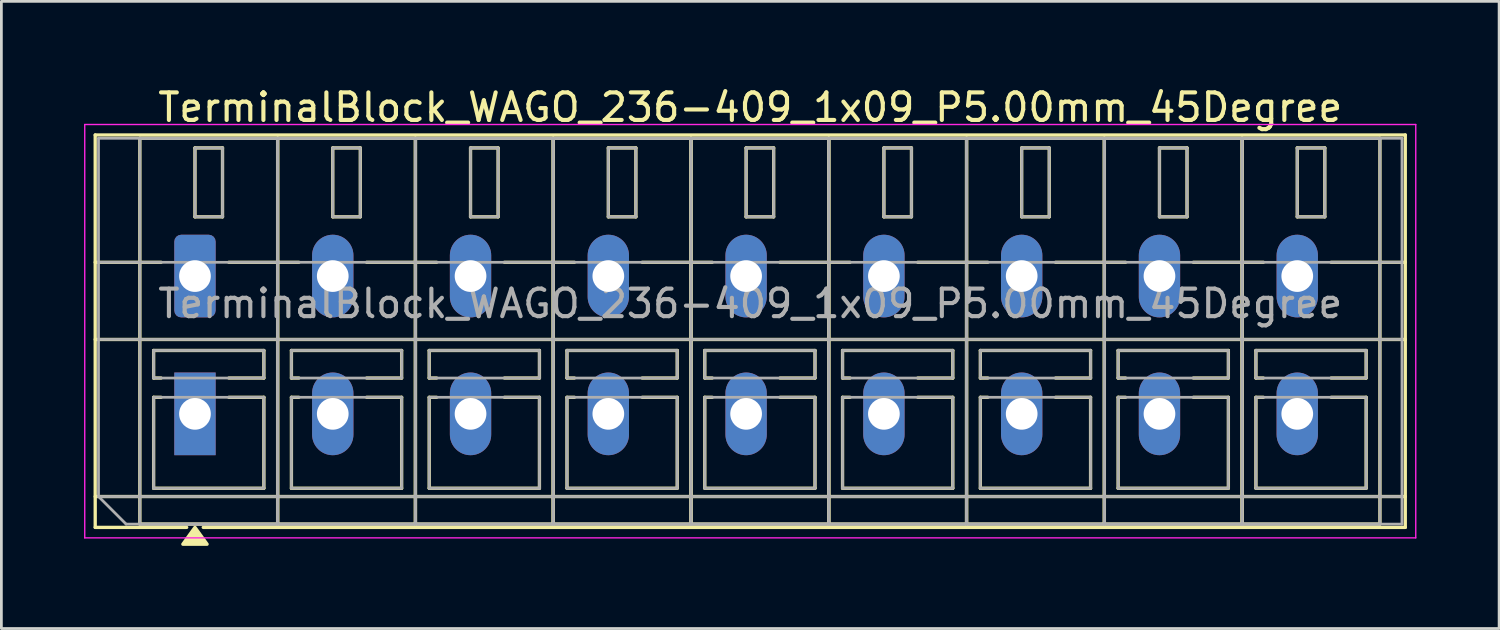
<source format=kicad_pcb>
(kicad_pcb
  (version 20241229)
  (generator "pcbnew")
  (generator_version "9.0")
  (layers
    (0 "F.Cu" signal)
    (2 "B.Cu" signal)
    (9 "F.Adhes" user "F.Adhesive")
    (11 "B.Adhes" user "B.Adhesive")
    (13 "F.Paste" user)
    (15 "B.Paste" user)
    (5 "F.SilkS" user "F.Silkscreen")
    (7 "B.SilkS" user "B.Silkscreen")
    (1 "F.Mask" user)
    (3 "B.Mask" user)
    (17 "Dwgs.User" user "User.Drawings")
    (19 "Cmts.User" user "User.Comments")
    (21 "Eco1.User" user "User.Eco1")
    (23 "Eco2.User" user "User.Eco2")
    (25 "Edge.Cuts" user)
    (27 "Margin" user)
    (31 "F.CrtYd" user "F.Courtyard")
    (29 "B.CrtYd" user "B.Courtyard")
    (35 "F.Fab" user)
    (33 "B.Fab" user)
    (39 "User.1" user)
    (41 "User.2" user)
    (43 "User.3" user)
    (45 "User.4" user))
  (footprint "TerminalBlock_WAGO_236-409_1x09_P5.00mm_45Degree"
    (layer "F.Cu")
    (at 4.025 6.968)
    (property "Reference" "TerminalBlock_WAGO_236-409_1x09_P5.00mm_45Degree" (at 20.15 -6.12 0) (layer "F.SilkS") (effects (font (size 1 1) (thickness 0.15))))
    (attr through_hole)
    (fp_line (start -3.62 -5.12) (end 43.92 -5.12) (stroke (width 0.12) (type solid)) (layer "F.SilkS"))
    (fp_line (start -3.62 -0.5) (end -1.23 -0.5) (stroke (width 0.12) (type solid)) (layer "F.SilkS"))
    (fp_line (start -3.62 2.3) (end 43.92 2.3) (stroke (width 0.12) (type solid)) (layer "F.SilkS"))
    (fp_line (start -3.62 8) (end 43.92 8) (stroke (width 0.12) (type solid)) (layer "F.SilkS"))
    (fp_line (start -3.62 9.12) (end -3.62 -5.12) (stroke (width 0.12) (type solid)) (layer "F.SilkS"))
    (fp_line (start -2 -5) (end 3 -5) (stroke (width 0.12) (type solid)) (layer "F.SilkS"))
    (fp_line (start -2 9) (end -2 -5) (stroke (width 0.12) (type solid)) (layer "F.SilkS"))
    (fp_line (start -1.5 2.7) (end 2.5 2.7) (stroke (width 0.12) (type solid)) (layer "F.SilkS"))
    (fp_line (start -1.5 3.7) (end -1.5 2.7) (stroke (width 0.12) (type solid)) (layer "F.SilkS"))
    (fp_line (start -1.5 4.4) (end -1.23 4.4) (stroke (width 0.12) (type solid)) (layer "F.SilkS"))
    (fp_line (start -1.5 7.7) (end -1.5 4.4) (stroke (width 0.12) (type solid)) (layer "F.SilkS"))
    (fp_line (start -1.23 3.7) (end -1.5 3.7) (stroke (width 0.12) (type solid)) (layer "F.SilkS"))
    (fp_line (start -0.3 9.12) (end -3.62 9.12) (stroke (width 0.12) (type solid)) (layer "F.SilkS"))
    (fp_line (start 0 -4.65) (end 1 -4.65) (stroke (width 0.12) (type solid)) (layer "F.SilkS"))
    (fp_line (start 0 -2.15) (end 0 -4.65) (stroke (width 0.12) (type solid)) (layer "F.SilkS"))
    (fp_line (start 1 -4.65) (end 1 -2.15) (stroke (width 0.12) (type solid)) (layer "F.SilkS"))
    (fp_line (start 1 -2.15) (end 0 -2.15) (stroke (width 0.12) (type solid)) (layer "F.SilkS"))
    (fp_line (start 1.23 -0.5) (end 3.77 -0.5) (stroke (width 0.12) (type solid)) (layer "F.SilkS"))
    (fp_line (start 1.23 4.4) (end 2.5 4.4) (stroke (width 0.12) (type solid)) (layer "F.SilkS"))
    (fp_line (start 2.5 2.7) (end 2.5 3.7) (stroke (width 0.12) (type solid)) (layer "F.SilkS"))
    (fp_line (start 2.5 3.7) (end 1.23 3.7) (stroke (width 0.12) (type solid)) (layer "F.SilkS"))
    (fp_line (start 2.5 4.4) (end 2.5 7.7) (stroke (width 0.12) (type solid)) (layer "F.SilkS"))
    (fp_line (start 2.5 7.7) (end -1.5 7.7) (stroke (width 0.12) (type solid)) (layer "F.SilkS"))
    (fp_line (start 3 -5) (end 3 9) (stroke (width 0.12) (type solid)) (layer "F.SilkS"))
    (fp_line (start 3 -5) (end 8 -5) (stroke (width 0.12) (type solid)) (layer "F.SilkS"))
    (fp_line (start 3 9) (end -2 9) (stroke (width 0.12) (type solid)) (layer "F.SilkS"))
    (fp_line (start 3 9) (end 3 -5) (stroke (width 0.12) (type solid)) (layer "F.SilkS"))
    (fp_line (start 3.5 2.7) (end 7.5 2.7) (stroke (width 0.12) (type solid)) (layer "F.SilkS"))
    (fp_line (start 3.5 3.7) (end 3.5 2.7) (stroke (width 0.12) (type solid)) (layer "F.SilkS"))
    (fp_line (start 3.5 4.4) (end 3.77 4.4) (stroke (width 0.12) (type solid)) (layer "F.SilkS"))
    (fp_line (start 3.5 7.7) (end 3.5 4.4) (stroke (width 0.12) (type solid)) (layer "F.SilkS"))
    (fp_line (start 3.77 3.7) (end 3.5 3.7) (stroke (width 0.12) (type solid)) (layer "F.SilkS"))
    (fp_line (start 5 -4.65) (end 6 -4.65) (stroke (width 0.12) (type solid)) (layer "F.SilkS"))
    (fp_line (start 5 -2.15) (end 5 -4.65) (stroke (width 0.12) (type solid)) (layer "F.SilkS"))
    (fp_line (start 6 -4.65) (end 6 -2.15) (stroke (width 0.12) (type solid)) (layer "F.SilkS"))
    (fp_line (start 6 -2.15) (end 5 -2.15) (stroke (width 0.12) (type solid)) (layer "F.SilkS"))
    (fp_line (start 6.23 -0.5) (end 8.77 -0.5) (stroke (width 0.12) (type solid)) (layer "F.SilkS"))
    (fp_line (start 6.23 4.4) (end 7.5 4.4) (stroke (width 0.12) (type solid)) (layer "F.SilkS"))
    (fp_line (start 7.5 2.7) (end 7.5 3.7) (stroke (width 0.12) (type solid)) (layer "F.SilkS"))
    (fp_line (start 7.5 3.7) (end 6.23 3.7) (stroke (width 0.12) (type solid)) (layer "F.SilkS"))
    (fp_line (start 7.5 4.4) (end 7.5 7.7) (stroke (width 0.12) (type solid)) (layer "F.SilkS"))
    (fp_line (start 7.5 7.7) (end 3.5 7.7) (stroke (width 0.12) (type solid)) (layer "F.SilkS"))
    (fp_line (start 8 -5) (end 8 9) (stroke (width 0.12) (type solid)) (layer "F.SilkS"))
    (fp_line (start 8 -5) (end 13 -5) (stroke (width 0.12) (type solid)) (layer "F.SilkS"))
    (fp_line (start 8 9) (end 3 9) (stroke (width 0.12) (type solid)) (layer "F.SilkS"))
    (fp_line (start 8 9) (end 8 -5) (stroke (width 0.12) (type solid)) (layer "F.SilkS"))
    (fp_line (start 8.5 2.7) (end 12.5 2.7) (stroke (width 0.12) (type solid)) (layer "F.SilkS"))
    (fp_line (start 8.5 3.7) (end 8.5 2.7) (stroke (width 0.12) (type solid)) (layer "F.SilkS"))
    (fp_line (start 8.5 4.4) (end 8.77 4.4) (stroke (width 0.12) (type solid)) (layer "F.SilkS"))
    (fp_line (start 8.5 7.7) (end 8.5 4.4) (stroke (width 0.12) (type solid)) (layer "F.SilkS"))
    (fp_line (start 8.77 3.7) (end 8.5 3.7) (stroke (width 0.12) (type solid)) (layer "F.SilkS"))
    (fp_line (start 10 -4.65) (end 11 -4.65) (stroke (width 0.12) (type solid)) (layer "F.SilkS"))
    (fp_line (start 10 -2.15) (end 10 -4.65) (stroke (width 0.12) (type solid)) (layer "F.SilkS"))
    (fp_line (start 11 -4.65) (end 11 -2.15) (stroke (width 0.12) (type solid)) (layer "F.SilkS"))
    (fp_line (start 11 -2.15) (end 10 -2.15) (stroke (width 0.12) (type solid)) (layer "F.SilkS"))
    (fp_line (start 11.23 -0.5) (end 13.77 -0.5) (stroke (width 0.12) (type solid)) (layer "F.SilkS"))
    (fp_line (start 11.23 4.4) (end 12.5 4.4) (stroke (width 0.12) (type solid)) (layer "F.SilkS"))
    (fp_line (start 12.5 2.7) (end 12.5 3.7) (stroke (width 0.12) (type solid)) (layer "F.SilkS"))
    (fp_line (start 12.5 3.7) (end 11.23 3.7) (stroke (width 0.12) (type solid)) (layer "F.SilkS"))
    (fp_line (start 12.5 4.4) (end 12.5 7.7) (stroke (width 0.12) (type solid)) (layer "F.SilkS"))
    (fp_line (start 12.5 7.7) (end 8.5 7.7) (stroke (width 0.12) (type solid)) (layer "F.SilkS"))
    (fp_line (start 13 -5) (end 13 9) (stroke (width 0.12) (type solid)) (layer "F.SilkS"))
    (fp_line (start 13 -5) (end 18 -5) (stroke (width 0.12) (type solid)) (layer "F.SilkS"))
    (fp_line (start 13 9) (end 8 9) (stroke (width 0.12) (type solid)) (layer "F.SilkS"))
    (fp_line (start 13 9) (end 13 -5) (stroke (width 0.12) (type solid)) (layer "F.SilkS"))
    (fp_line (start 13.5 2.7) (end 17.5 2.7) (stroke (width 0.12) (type solid)) (layer "F.SilkS"))
    (fp_line (start 13.5 3.7) (end 13.5 2.7) (stroke (width 0.12) (type solid)) (layer "F.SilkS"))
    (fp_line (start 13.5 4.4) (end 13.77 4.4) (stroke (width 0.12) (type solid)) (layer "F.SilkS"))
    (fp_line (start 13.5 7.7) (end 13.5 4.4) (stroke (width 0.12) (type solid)) (layer "F.SilkS"))
    (fp_line (start 13.77 3.7) (end 13.5 3.7) (stroke (width 0.12) (type solid)) (layer "F.SilkS"))
    (fp_line (start 15 -4.65) (end 16 -4.65) (stroke (width 0.12) (type solid)) (layer "F.SilkS"))
    (fp_line (start 15 -2.15) (end 15 -4.65) (stroke (width 0.12) (type solid)) (layer "F.SilkS"))
    (fp_line (start 16 -4.65) (end 16 -2.15) (stroke (width 0.12) (type solid)) (layer "F.SilkS"))
    (fp_line (start 16 -2.15) (end 15 -2.15) (stroke (width 0.12) (type solid)) (layer "F.SilkS"))
    (fp_line (start 16.23 -0.5) (end 18.77 -0.5) (stroke (width 0.12) (type solid)) (layer "F.SilkS"))
    (fp_line (start 16.23 4.4) (end 17.5 4.4) (stroke (width 0.12) (type solid)) (layer "F.SilkS"))
    (fp_line (start 17.5 2.7) (end 17.5 3.7) (stroke (width 0.12) (type solid)) (layer "F.SilkS"))
    (fp_line (start 17.5 3.7) (end 16.23 3.7) (stroke (width 0.12) (type solid)) (layer "F.SilkS"))
    (fp_line (start 17.5 4.4) (end 17.5 7.7) (stroke (width 0.12) (type solid)) (layer "F.SilkS"))
    (fp_line (start 17.5 7.7) (end 13.5 7.7) (stroke (width 0.12) (type solid)) (layer "F.SilkS"))
    (fp_line (start 18 -5) (end 18 9) (stroke (width 0.12) (type solid)) (layer "F.SilkS"))
    (fp_line (start 18 -5) (end 23 -5) (stroke (width 0.12) (type solid)) (layer "F.SilkS"))
    (fp_line (start 18 9) (end 13 9) (stroke (width 0.12) (type solid)) (layer "F.SilkS"))
    (fp_line (start 18 9) (end 18 -5) (stroke (width 0.12) (type solid)) (layer "F.SilkS"))
    (fp_line (start 18.5 2.7) (end 22.5 2.7) (stroke (width 0.12) (type solid)) (layer "F.SilkS"))
    (fp_line (start 18.5 3.7) (end 18.5 2.7) (stroke (width 0.12) (type solid)) (layer "F.SilkS"))
    (fp_line (start 18.5 4.4) (end 18.77 4.4) (stroke (width 0.12) (type solid)) (layer "F.SilkS"))
    (fp_line (start 18.5 7.7) (end 18.5 4.4) (stroke (width 0.12) (type solid)) (layer "F.SilkS"))
    (fp_line (start 18.77 3.7) (end 18.5 3.7) (stroke (width 0.12) (type solid)) (layer "F.SilkS"))
    (fp_line (start 20 -4.65) (end 21 -4.65) (stroke (width 0.12) (type solid)) (layer "F.SilkS"))
    (fp_line (start 20 -2.15) (end 20 -4.65) (stroke (width 0.12) (type solid)) (layer "F.SilkS"))
    (fp_line (start 21 -4.65) (end 21 -2.15) (stroke (width 0.12) (type solid)) (layer "F.SilkS"))
    (fp_line (start 21 -2.15) (end 20 -2.15) (stroke (width 0.12) (type solid)) (layer "F.SilkS"))
    (fp_line (start 21.23 -0.5) (end 23.77 -0.5) (stroke (width 0.12) (type solid)) (layer "F.SilkS"))
    (fp_line (start 21.23 4.4) (end 22.5 4.4) (stroke (width 0.12) (type solid)) (layer "F.SilkS"))
    (fp_line (start 22.5 2.7) (end 22.5 3.7) (stroke (width 0.12) (type solid)) (layer "F.SilkS"))
    (fp_line (start 22.5 3.7) (end 21.23 3.7) (stroke (width 0.12) (type solid)) (layer "F.SilkS"))
    (fp_line (start 22.5 4.4) (end 22.5 7.7) (stroke (width 0.12) (type solid)) (layer "F.SilkS"))
    (fp_line (start 22.5 7.7) (end 18.5 7.7) (stroke (width 0.12) (type solid)) (layer "F.SilkS"))
    (fp_line (start 23 -5) (end 23 9) (stroke (width 0.12) (type solid)) (layer "F.SilkS"))
    (fp_line (start 23 -5) (end 28 -5) (stroke (width 0.12) (type solid)) (layer "F.SilkS"))
    (fp_line (start 23 9) (end 18 9) (stroke (width 0.12) (type solid)) (layer "F.SilkS"))
    (fp_line (start 23 9) (end 23 -5) (stroke (width 0.12) (type solid)) (layer "F.SilkS"))
    (fp_line (start 23.5 2.7) (end 27.5 2.7) (stroke (width 0.12) (type solid)) (layer "F.SilkS"))
    (fp_line (start 23.5 3.7) (end 23.5 2.7) (stroke (width 0.12) (type solid)) (layer "F.SilkS"))
    (fp_line (start 23.5 4.4) (end 23.77 4.4) (stroke (width 0.12) (type solid)) (layer "F.SilkS"))
    (fp_line (start 23.5 7.7) (end 23.5 4.4) (stroke (width 0.12) (type solid)) (layer "F.SilkS"))
    (fp_line (start 23.77 3.7) (end 23.5 3.7) (stroke (width 0.12) (type solid)) (layer "F.SilkS"))
    (fp_line (start 25 -4.65) (end 26 -4.65) (stroke (width 0.12) (type solid)) (layer "F.SilkS"))
    (fp_line (start 25 -2.15) (end 25 -4.65) (stroke (width 0.12) (type solid)) (layer "F.SilkS"))
    (fp_line (start 26 -4.65) (end 26 -2.15) (stroke (width 0.12) (type solid)) (layer "F.SilkS"))
    (fp_line (start 26 -2.15) (end 25 -2.15) (stroke (width 0.12) (type solid)) (layer "F.SilkS"))
    (fp_line (start 26.23 -0.5) (end 28.77 -0.5) (stroke (width 0.12) (type solid)) (layer "F.SilkS"))
    (fp_line (start 26.23 4.4) (end 27.5 4.4) (stroke (width 0.12) (type solid)) (layer "F.SilkS"))
    (fp_line (start 27.5 2.7) (end 27.5 3.7) (stroke (width 0.12) (type solid)) (layer "F.SilkS"))
    (fp_line (start 27.5 3.7) (end 26.23 3.7) (stroke (width 0.12) (type solid)) (layer "F.SilkS"))
    (fp_line (start 27.5 4.4) (end 27.5 7.7) (stroke (width 0.12) (type solid)) (layer "F.SilkS"))
    (fp_line (start 27.5 7.7) (end 23.5 7.7) (stroke (width 0.12) (type solid)) (layer "F.SilkS"))
    (fp_line (start 28 -5) (end 28 9) (stroke (width 0.12) (type solid)) (layer "F.SilkS"))
    (fp_line (start 28 -5) (end 33 -5) (stroke (width 0.12) (type solid)) (layer "F.SilkS"))
    (fp_line (start 28 9) (end 23 9) (stroke (width 0.12) (type solid)) (layer "F.SilkS"))
    (fp_line (start 28 9) (end 28 -5) (stroke (width 0.12) (type solid)) (layer "F.SilkS"))
    (fp_line (start 28.5 2.7) (end 32.5 2.7) (stroke (width 0.12) (type solid)) (layer "F.SilkS"))
    (fp_line (start 28.5 3.7) (end 28.5 2.7) (stroke (width 0.12) (type solid)) (layer "F.SilkS"))
    (fp_line (start 28.5 4.4) (end 28.77 4.4) (stroke (width 0.12) (type solid)) (layer "F.SilkS"))
    (fp_line (start 28.5 7.7) (end 28.5 4.4) (stroke (width 0.12) (type solid)) (layer "F.SilkS"))
    (fp_line (start 28.77 3.7) (end 28.5 3.7) (stroke (width 0.12) (type solid)) (layer "F.SilkS"))
    (fp_line (start 30 -4.65) (end 31 -4.65) (stroke (width 0.12) (type solid)) (layer "F.SilkS"))
    (fp_line (start 30 -2.15) (end 30 -4.65) (stroke (width 0.12) (type solid)) (layer "F.SilkS"))
    (fp_line (start 31 -4.65) (end 31 -2.15) (stroke (width 0.12) (type solid)) (layer "F.SilkS"))
    (fp_line (start 31 -2.15) (end 30 -2.15) (stroke (width 0.12) (type solid)) (layer "F.SilkS"))
    (fp_line (start 31.23 -0.5) (end 33.77 -0.5) (stroke (width 0.12) (type solid)) (layer "F.SilkS"))
    (fp_line (start 31.23 4.4) (end 32.5 4.4) (stroke (width 0.12) (type solid)) (layer "F.SilkS"))
    (fp_line (start 32.5 2.7) (end 32.5 3.7) (stroke (width 0.12) (type solid)) (layer "F.SilkS"))
    (fp_line (start 32.5 3.7) (end 31.23 3.7) (stroke (width 0.12) (type solid)) (layer "F.SilkS"))
    (fp_line (start 32.5 4.4) (end 32.5 7.7) (stroke (width 0.12) (type solid)) (layer "F.SilkS"))
    (fp_line (start 32.5 7.7) (end 28.5 7.7) (stroke (width 0.12) (type solid)) (layer "F.SilkS"))
    (fp_line (start 33 -5) (end 33 9) (stroke (width 0.12) (type solid)) (layer "F.SilkS"))
    (fp_line (start 33 -5) (end 38 -5) (stroke (width 0.12) (type solid)) (layer "F.SilkS"))
    (fp_line (start 33 9) (end 28 9) (stroke (width 0.12) (type solid)) (layer "F.SilkS"))
    (fp_line (start 33 9) (end 33 -5) (stroke (width 0.12) (type solid)) (layer "F.SilkS"))
    (fp_line (start 33.5 2.7) (end 37.5 2.7) (stroke (width 0.12) (type solid)) (layer "F.SilkS"))
    (fp_line (start 33.5 3.7) (end 33.5 2.7) (stroke (width 0.12) (type solid)) (layer "F.SilkS"))
    (fp_line (start 33.5 4.4) (end 33.77 4.4) (stroke (width 0.12) (type solid)) (layer "F.SilkS"))
    (fp_line (start 33.5 7.7) (end 33.5 4.4) (stroke (width 0.12) (type solid)) (layer "F.SilkS"))
    (fp_line (start 33.77 3.7) (end 33.5 3.7) (stroke (width 0.12) (type solid)) (layer "F.SilkS"))
    (fp_line (start 35 -4.65) (end 36 -4.65) (stroke (width 0.12) (type solid)) (layer "F.SilkS"))
    (fp_line (start 35 -2.15) (end 35 -4.65) (stroke (width 0.12) (type solid)) (layer "F.SilkS"))
    (fp_line (start 36 -4.65) (end 36 -2.15) (stroke (width 0.12) (type solid)) (layer "F.SilkS"))
    (fp_line (start 36 -2.15) (end 35 -2.15) (stroke (width 0.12) (type solid)) (layer "F.SilkS"))
    (fp_line (start 36.23 -0.5) (end 38.77 -0.5) (stroke (width 0.12) (type solid)) (layer "F.SilkS"))
    (fp_line (start 36.23 4.4) (end 37.5 4.4) (stroke (width 0.12) (type solid)) (layer "F.SilkS"))
    (fp_line (start 37.5 2.7) (end 37.5 3.7) (stroke (width 0.12) (type solid)) (layer "F.SilkS"))
    (fp_line (start 37.5 3.7) (end 36.23 3.7) (stroke (width 0.12) (type solid)) (layer "F.SilkS"))
    (fp_line (start 37.5 4.4) (end 37.5 7.7) (stroke (width 0.12) (type solid)) (layer "F.SilkS"))
    (fp_line (start 37.5 7.7) (end 33.5 7.7) (stroke (width 0.12) (type solid)) (layer "F.SilkS"))
    (fp_line (start 38 -5) (end 38 9) (stroke (width 0.12) (type solid)) (layer "F.SilkS"))
    (fp_line (start 38 -5) (end 43 -5) (stroke (width 0.12) (type solid)) (layer "F.SilkS"))
    (fp_line (start 38 9) (end 33 9) (stroke (width 0.12) (type solid)) (layer "F.SilkS"))
    (fp_line (start 38 9) (end 38 -5) (stroke (width 0.12) (type solid)) (layer "F.SilkS"))
    (fp_line (start 38.5 2.7) (end 42.5 2.7) (stroke (width 0.12) (type solid)) (layer "F.SilkS"))
    (fp_line (start 38.5 3.7) (end 38.5 2.7) (stroke (width 0.12) (type solid)) (layer "F.SilkS"))
    (fp_line (start 38.5 4.4) (end 38.77 4.4) (stroke (width 0.12) (type solid)) (layer "F.SilkS"))
    (fp_line (start 38.5 7.7) (end 38.5 4.4) (stroke (width 0.12) (type solid)) (layer "F.SilkS"))
    (fp_line (start 38.77 3.7) (end 38.5 3.7) (stroke (width 0.12) (type solid)) (layer "F.SilkS"))
    (fp_line (start 40 -4.65) (end 41 -4.65) (stroke (width 0.12) (type solid)) (layer "F.SilkS"))
    (fp_line (start 40 -2.15) (end 40 -4.65) (stroke (width 0.12) (type solid)) (layer "F.SilkS"))
    (fp_line (start 41 -4.65) (end 41 -2.15) (stroke (width 0.12) (type solid)) (layer "F.SilkS"))
    (fp_line (start 41 -2.15) (end 40 -2.15) (stroke (width 0.12) (type solid)) (layer "F.SilkS"))
    (fp_line (start 41.23 -0.5) (end 43.92 -0.5) (stroke (width 0.12) (type solid)) (layer "F.SilkS"))
    (fp_line (start 41.23 4.4) (end 42.5 4.4) (stroke (width 0.12) (type solid)) (layer "F.SilkS"))
    (fp_line (start 42.5 2.7) (end 42.5 3.7) (stroke (width 0.12) (type solid)) (layer "F.SilkS"))
    (fp_line (start 42.5 3.7) (end 41.23 3.7) (stroke (width 0.12) (type solid)) (layer "F.SilkS"))
    (fp_line (start 42.5 4.4) (end 42.5 7.7) (stroke (width 0.12) (type solid)) (layer "F.SilkS"))
    (fp_line (start 42.5 7.7) (end 38.5 7.7) (stroke (width 0.12) (type solid)) (layer "F.SilkS"))
    (fp_line (start 43 -5) (end 43 9) (stroke (width 0.12) (type solid)) (layer "F.SilkS"))
    (fp_line (start 43 9) (end 38 9) (stroke (width 0.12) (type solid)) (layer "F.SilkS"))
    (fp_line (start 43.92 -5.12) (end 43.92 9.12) (stroke (width 0.12) (type solid)) (layer "F.SilkS"))
    (fp_line (start 43.92 9.12) (end 0.3 9.12) (stroke (width 0.12) (type solid)) (layer "F.SilkS"))
    (fp_poly (pts (xy 0 9.12) (xy 0.44 9.73) (xy -0.44 9.73)) (stroke (width 0.12) (type solid)) (fill yes) (layer "F.SilkS"))
    (fp_line (start -4 -5.5) (end -4 9.5) (stroke (width 0.05) (type solid)) (layer "F.CrtYd"))
    (fp_line (start -4 9.5) (end 44.3 9.5) (stroke (width 0.05) (type solid)) (layer "F.CrtYd"))
    (fp_line (start 44.3 -5.5) (end -4 -5.5) (stroke (width 0.05) (type solid)) (layer "F.CrtYd"))
    (fp_line (start 44.3 9.5) (end 44.3 -5.5) (stroke (width 0.05) (type solid)) (layer "F.CrtYd"))
    (fp_line (start -3.5 -5) (end 43.8 -5) (stroke (width 0.1) (type solid)) (layer "F.Fab"))
    (fp_line (start -3.5 -0.5) (end 43.8 -0.5) (stroke (width 0.1) (type solid)) (layer "F.Fab"))
    (fp_line (start -3.5 2.3) (end 43.8 2.3) (stroke (width 0.1) (type solid)) (layer "F.Fab"))
    (fp_line (start -3.5 8) (end -3.5 -5) (stroke (width 0.1) (type solid)) (layer "F.Fab"))
    (fp_line (start -3.5 8) (end 43.8 8) (stroke (width 0.1) (type solid)) (layer "F.Fab"))
    (fp_line (start -2.5 9) (end -3.5 8) (stroke (width 0.1) (type solid)) (layer "F.Fab"))
    (fp_line (start -2 -5) (end -2 9) (stroke (width 0.1) (type solid)) (layer "F.Fab"))
    (fp_line (start -2 9) (end 3 9) (stroke (width 0.1) (type solid)) (layer "F.Fab"))
    (fp_line (start -1.5 2.7) (end -1.5 3.7) (stroke (width 0.1) (type solid)) (layer "F.Fab"))
    (fp_line (start -1.5 3.7) (end 2.5 3.7) (stroke (width 0.1) (type solid)) (layer "F.Fab"))
    (fp_line (start -1.5 4.4) (end -1.5 7.7) (stroke (width 0.1) (type solid)) (layer "F.Fab"))
    (fp_line (start -1.5 7.7) (end 2.5 7.7) (stroke (width 0.1) (type solid)) (layer "F.Fab"))
    (fp_line (start 0 -4.65) (end 0 -2.15) (stroke (width 0.1) (type solid)) (layer "F.Fab"))
    (fp_line (start 0 -2.15) (end 1 -2.15) (stroke (width 0.1) (type solid)) (layer "F.Fab"))
    (fp_line (start 1 -4.65) (end 0 -4.65) (stroke (width 0.1) (type solid)) (layer "F.Fab"))
    (fp_line (start 1 -2.15) (end 1 -4.65) (stroke (width 0.1) (type solid)) (layer "F.Fab"))
    (fp_line (start 2.5 2.7) (end -1.5 2.7) (stroke (width 0.1) (type solid)) (layer "F.Fab"))
    (fp_line (start 2.5 3.7) (end 2.5 2.7) (stroke (width 0.1) (type solid)) (layer "F.Fab"))
    (fp_line (start 2.5 4.4) (end -1.5 4.4) (stroke (width 0.1) (type solid)) (layer "F.Fab"))
    (fp_line (start 2.5 7.7) (end 2.5 4.4) (stroke (width 0.1) (type solid)) (layer "F.Fab"))
    (fp_line (start 3 -5) (end -2 -5) (stroke (width 0.1) (type solid)) (layer "F.Fab"))
    (fp_line (start 3 -5) (end 3 9) (stroke (width 0.1) (type solid)) (layer "F.Fab"))
    (fp_line (start 3 9) (end 3 -5) (stroke (width 0.1) (type solid)) (layer "F.Fab"))
    (fp_line (start 3 9) (end 8 9) (stroke (width 0.1) (type solid)) (layer "F.Fab"))
    (fp_line (start 3.5 2.7) (end 3.5 3.7) (stroke (width 0.1) (type solid)) (layer "F.Fab"))
    (fp_line (start 3.5 3.7) (end 7.5 3.7) (stroke (width 0.1) (type solid)) (layer "F.Fab"))
    (fp_line (start 3.5 4.4) (end 3.5 7.7) (stroke (width 0.1) (type solid)) (layer "F.Fab"))
    (fp_line (start 3.5 7.7) (end 7.5 7.7) (stroke (width 0.1) (type solid)) (layer "F.Fab"))
    (fp_line (start 5 -4.65) (end 5 -2.15) (stroke (width 0.1) (type solid)) (layer "F.Fab"))
    (fp_line (start 5 -2.15) (end 6 -2.15) (stroke (width 0.1) (type solid)) (layer "F.Fab"))
    (fp_line (start 6 -4.65) (end 5 -4.65) (stroke (width 0.1) (type solid)) (layer "F.Fab"))
    (fp_line (start 6 -2.15) (end 6 -4.65) (stroke (width 0.1) (type solid)) (layer "F.Fab"))
    (fp_line (start 7.5 2.7) (end 3.5 2.7) (stroke (width 0.1) (type solid)) (layer "F.Fab"))
    (fp_line (start 7.5 3.7) (end 7.5 2.7) (stroke (width 0.1) (type solid)) (layer "F.Fab"))
    (fp_line (start 7.5 4.4) (end 3.5 4.4) (stroke (width 0.1) (type solid)) (layer "F.Fab"))
    (fp_line (start 7.5 7.7) (end 7.5 4.4) (stroke (width 0.1) (type solid)) (layer "F.Fab"))
    (fp_line (start 8 -5) (end 3 -5) (stroke (width 0.1) (type solid)) (layer "F.Fab"))
    (fp_line (start 8 -5) (end 8 9) (stroke (width 0.1) (type solid)) (layer "F.Fab"))
    (fp_line (start 8 9) (end 8 -5) (stroke (width 0.1) (type solid)) (layer "F.Fab"))
    (fp_line (start 8 9) (end 13 9) (stroke (width 0.1) (type solid)) (layer "F.Fab"))
    (fp_line (start 8.5 2.7) (end 8.5 3.7) (stroke (width 0.1) (type solid)) (layer "F.Fab"))
    (fp_line (start 8.5 3.7) (end 12.5 3.7) (stroke (width 0.1) (type solid)) (layer "F.Fab"))
    (fp_line (start 8.5 4.4) (end 8.5 7.7) (stroke (width 0.1) (type solid)) (layer "F.Fab"))
    (fp_line (start 8.5 7.7) (end 12.5 7.7) (stroke (width 0.1) (type solid)) (layer "F.Fab"))
    (fp_line (start 10 -4.65) (end 10 -2.15) (stroke (width 0.1) (type solid)) (layer "F.Fab"))
    (fp_line (start 10 -2.15) (end 11 -2.15) (stroke (width 0.1) (type solid)) (layer "F.Fab"))
    (fp_line (start 11 -4.65) (end 10 -4.65) (stroke (width 0.1) (type solid)) (layer "F.Fab"))
    (fp_line (start 11 -2.15) (end 11 -4.65) (stroke (width 0.1) (type solid)) (layer "F.Fab"))
    (fp_line (start 12.5 2.7) (end 8.5 2.7) (stroke (width 0.1) (type solid)) (layer "F.Fab"))
    (fp_line (start 12.5 3.7) (end 12.5 2.7) (stroke (width 0.1) (type solid)) (layer "F.Fab"))
    (fp_line (start 12.5 4.4) (end 8.5 4.4) (stroke (width 0.1) (type solid)) (layer "F.Fab"))
    (fp_line (start 12.5 7.7) (end 12.5 4.4) (stroke (width 0.1) (type solid)) (layer "F.Fab"))
    (fp_line (start 13 -5) (end 8 -5) (stroke (width 0.1) (type solid)) (layer "F.Fab"))
    (fp_line (start 13 -5) (end 13 9) (stroke (width 0.1) (type solid)) (layer "F.Fab"))
    (fp_line (start 13 9) (end 13 -5) (stroke (width 0.1) (type solid)) (layer "F.Fab"))
    (fp_line (start 13 9) (end 18 9) (stroke (width 0.1) (type solid)) (layer "F.Fab"))
    (fp_line (start 13.5 2.7) (end 13.5 3.7) (stroke (width 0.1) (type solid)) (layer "F.Fab"))
    (fp_line (start 13.5 3.7) (end 17.5 3.7) (stroke (width 0.1) (type solid)) (layer "F.Fab"))
    (fp_line (start 13.5 4.4) (end 13.5 7.7) (stroke (width 0.1) (type solid)) (layer "F.Fab"))
    (fp_line (start 13.5 7.7) (end 17.5 7.7) (stroke (width 0.1) (type solid)) (layer "F.Fab"))
    (fp_line (start 15 -4.65) (end 15 -2.15) (stroke (width 0.1) (type solid)) (layer "F.Fab"))
    (fp_line (start 15 -2.15) (end 16 -2.15) (stroke (width 0.1) (type solid)) (layer "F.Fab"))
    (fp_line (start 16 -4.65) (end 15 -4.65) (stroke (width 0.1) (type solid)) (layer "F.Fab"))
    (fp_line (start 16 -2.15) (end 16 -4.65) (stroke (width 0.1) (type solid)) (layer "F.Fab"))
    (fp_line (start 17.5 2.7) (end 13.5 2.7) (stroke (width 0.1) (type solid)) (layer "F.Fab"))
    (fp_line (start 17.5 3.7) (end 17.5 2.7) (stroke (width 0.1) (type solid)) (layer "F.Fab"))
    (fp_line (start 17.5 4.4) (end 13.5 4.4) (stroke (width 0.1) (type solid)) (layer "F.Fab"))
    (fp_line (start 17.5 7.7) (end 17.5 4.4) (stroke (width 0.1) (type solid)) (layer "F.Fab"))
    (fp_line (start 18 -5) (end 13 -5) (stroke (width 0.1) (type solid)) (layer "F.Fab"))
    (fp_line (start 18 -5) (end 18 9) (stroke (width 0.1) (type solid)) (layer "F.Fab"))
    (fp_line (start 18 9) (end 18 -5) (stroke (width 0.1) (type solid)) (layer "F.Fab"))
    (fp_line (start 18 9) (end 23 9) (stroke (width 0.1) (type solid)) (layer "F.Fab"))
    (fp_line (start 18.5 2.7) (end 18.5 3.7) (stroke (width 0.1) (type solid)) (layer "F.Fab"))
    (fp_line (start 18.5 3.7) (end 22.5 3.7) (stroke (width 0.1) (type solid)) (layer "F.Fab"))
    (fp_line (start 18.5 4.4) (end 18.5 7.7) (stroke (width 0.1) (type solid)) (layer "F.Fab"))
    (fp_line (start 18.5 7.7) (end 22.5 7.7) (stroke (width 0.1) (type solid)) (layer "F.Fab"))
    (fp_line (start 20 -4.65) (end 20 -2.15) (stroke (width 0.1) (type solid)) (layer "F.Fab"))
    (fp_line (start 20 -2.15) (end 21 -2.15) (stroke (width 0.1) (type solid)) (layer "F.Fab"))
    (fp_line (start 21 -4.65) (end 20 -4.65) (stroke (width 0.1) (type solid)) (layer "F.Fab"))
    (fp_line (start 21 -2.15) (end 21 -4.65) (stroke (width 0.1) (type solid)) (layer "F.Fab"))
    (fp_line (start 22.5 2.7) (end 18.5 2.7) (stroke (width 0.1) (type solid)) (layer "F.Fab"))
    (fp_line (start 22.5 3.7) (end 22.5 2.7) (stroke (width 0.1) (type solid)) (layer "F.Fab"))
    (fp_line (start 22.5 4.4) (end 18.5 4.4) (stroke (width 0.1) (type solid)) (layer "F.Fab"))
    (fp_line (start 22.5 7.7) (end 22.5 4.4) (stroke (width 0.1) (type solid)) (layer "F.Fab"))
    (fp_line (start 23 -5) (end 18 -5) (stroke (width 0.1) (type solid)) (layer "F.Fab"))
    (fp_line (start 23 -5) (end 23 9) (stroke (width 0.1) (type solid)) (layer "F.Fab"))
    (fp_line (start 23 9) (end 23 -5) (stroke (width 0.1) (type solid)) (layer "F.Fab"))
    (fp_line (start 23 9) (end 28 9) (stroke (width 0.1) (type solid)) (layer "F.Fab"))
    (fp_line (start 23.5 2.7) (end 23.5 3.7) (stroke (width 0.1) (type solid)) (layer "F.Fab"))
    (fp_line (start 23.5 3.7) (end 27.5 3.7) (stroke (width 0.1) (type solid)) (layer "F.Fab"))
    (fp_line (start 23.5 4.4) (end 23.5 7.7) (stroke (width 0.1) (type solid)) (layer "F.Fab"))
    (fp_line (start 23.5 7.7) (end 27.5 7.7) (stroke (width 0.1) (type solid)) (layer "F.Fab"))
    (fp_line (start 25 -4.65) (end 25 -2.15) (stroke (width 0.1) (type solid)) (layer "F.Fab"))
    (fp_line (start 25 -2.15) (end 26 -2.15) (stroke (width 0.1) (type solid)) (layer "F.Fab"))
    (fp_line (start 26 -4.65) (end 25 -4.65) (stroke (width 0.1) (type solid)) (layer "F.Fab"))
    (fp_line (start 26 -2.15) (end 26 -4.65) (stroke (width 0.1) (type solid)) (layer "F.Fab"))
    (fp_line (start 27.5 2.7) (end 23.5 2.7) (stroke (width 0.1) (type solid)) (layer "F.Fab"))
    (fp_line (start 27.5 3.7) (end 27.5 2.7) (stroke (width 0.1) (type solid)) (layer "F.Fab"))
    (fp_line (start 27.5 4.4) (end 23.5 4.4) (stroke (width 0.1) (type solid)) (layer "F.Fab"))
    (fp_line (start 27.5 7.7) (end 27.5 4.4) (stroke (width 0.1) (type solid)) (layer "F.Fab"))
    (fp_line (start 28 -5) (end 23 -5) (stroke (width 0.1) (type solid)) (layer "F.Fab"))
    (fp_line (start 28 -5) (end 28 9) (stroke (width 0.1) (type solid)) (layer "F.Fab"))
    (fp_line (start 28 9) (end 28 -5) (stroke (width 0.1) (type solid)) (layer "F.Fab"))
    (fp_line (start 28 9) (end 33 9) (stroke (width 0.1) (type solid)) (layer "F.Fab"))
    (fp_line (start 28.5 2.7) (end 28.5 3.7) (stroke (width 0.1) (type solid)) (layer "F.Fab"))
    (fp_line (start 28.5 3.7) (end 32.5 3.7) (stroke (width 0.1) (type solid)) (layer "F.Fab"))
    (fp_line (start 28.5 4.4) (end 28.5 7.7) (stroke (width 0.1) (type solid)) (layer "F.Fab"))
    (fp_line (start 28.5 7.7) (end 32.5 7.7) (stroke (width 0.1) (type solid)) (layer "F.Fab"))
    (fp_line (start 30 -4.65) (end 30 -2.15) (stroke (width 0.1) (type solid)) (layer "F.Fab"))
    (fp_line (start 30 -2.15) (end 31 -2.15) (stroke (width 0.1) (type solid)) (layer "F.Fab"))
    (fp_line (start 31 -4.65) (end 30 -4.65) (stroke (width 0.1) (type solid)) (layer "F.Fab"))
    (fp_line (start 31 -2.15) (end 31 -4.65) (stroke (width 0.1) (type solid)) (layer "F.Fab"))
    (fp_line (start 32.5 2.7) (end 28.5 2.7) (stroke (width 0.1) (type solid)) (layer "F.Fab"))
    (fp_line (start 32.5 3.7) (end 32.5 2.7) (stroke (width 0.1) (type solid)) (layer "F.Fab"))
    (fp_line (start 32.5 4.4) (end 28.5 4.4) (stroke (width 0.1) (type solid)) (layer "F.Fab"))
    (fp_line (start 32.5 7.7) (end 32.5 4.4) (stroke (width 0.1) (type solid)) (layer "F.Fab"))
    (fp_line (start 33 -5) (end 28 -5) (stroke (width 0.1) (type solid)) (layer "F.Fab"))
    (fp_line (start 33 -5) (end 33 9) (stroke (width 0.1) (type solid)) (layer "F.Fab"))
    (fp_line (start 33 9) (end 33 -5) (stroke (width 0.1) (type solid)) (layer "F.Fab"))
    (fp_line (start 33 9) (end 38 9) (stroke (width 0.1) (type solid)) (layer "F.Fab"))
    (fp_line (start 33.5 2.7) (end 33.5 3.7) (stroke (width 0.1) (type solid)) (layer "F.Fab"))
    (fp_line (start 33.5 3.7) (end 37.5 3.7) (stroke (width 0.1) (type solid)) (layer "F.Fab"))
    (fp_line (start 33.5 4.4) (end 33.5 7.7) (stroke (width 0.1) (type solid)) (layer "F.Fab"))
    (fp_line (start 33.5 7.7) (end 37.5 7.7) (stroke (width 0.1) (type solid)) (layer "F.Fab"))
    (fp_line (start 35 -4.65) (end 35 -2.15) (stroke (width 0.1) (type solid)) (layer "F.Fab"))
    (fp_line (start 35 -2.15) (end 36 -2.15) (stroke (width 0.1) (type solid)) (layer "F.Fab"))
    (fp_line (start 36 -4.65) (end 35 -4.65) (stroke (width 0.1) (type solid)) (layer "F.Fab"))
    (fp_line (start 36 -2.15) (end 36 -4.65) (stroke (width 0.1) (type solid)) (layer "F.Fab"))
    (fp_line (start 37.5 2.7) (end 33.5 2.7) (stroke (width 0.1) (type solid)) (layer "F.Fab"))
    (fp_line (start 37.5 3.7) (end 37.5 2.7) (stroke (width 0.1) (type solid)) (layer "F.Fab"))
    (fp_line (start 37.5 4.4) (end 33.5 4.4) (stroke (width 0.1) (type solid)) (layer "F.Fab"))
    (fp_line (start 37.5 7.7) (end 37.5 4.4) (stroke (width 0.1) (type solid)) (layer "F.Fab"))
    (fp_line (start 38 -5) (end 33 -5) (stroke (width 0.1) (type solid)) (layer "F.Fab"))
    (fp_line (start 38 -5) (end 38 9) (stroke (width 0.1) (type solid)) (layer "F.Fab"))
    (fp_line (start 38 9) (end 38 -5) (stroke (width 0.1) (type solid)) (layer "F.Fab"))
    (fp_line (start 38 9) (end 43 9) (stroke (width 0.1) (type solid)) (layer "F.Fab"))
    (fp_line (start 38.5 2.7) (end 38.5 3.7) (stroke (width 0.1) (type solid)) (layer "F.Fab"))
    (fp_line (start 38.5 3.7) (end 42.5 3.7) (stroke (width 0.1) (type solid)) (layer "F.Fab"))
    (fp_line (start 38.5 4.4) (end 38.5 7.7) (stroke (width 0.1) (type solid)) (layer "F.Fab"))
    (fp_line (start 38.5 7.7) (end 42.5 7.7) (stroke (width 0.1) (type solid)) (layer "F.Fab"))
    (fp_line (start 40 -4.65) (end 40 -2.15) (stroke (width 0.1) (type solid)) (layer "F.Fab"))
    (fp_line (start 40 -2.15) (end 41 -2.15) (stroke (width 0.1) (type solid)) (layer "F.Fab"))
    (fp_line (start 41 -4.65) (end 40 -4.65) (stroke (width 0.1) (type solid)) (layer "F.Fab"))
    (fp_line (start 41 -2.15) (end 41 -4.65) (stroke (width 0.1) (type solid)) (layer "F.Fab"))
    (fp_line (start 42.5 2.7) (end 38.5 2.7) (stroke (width 0.1) (type solid)) (layer "F.Fab"))
    (fp_line (start 42.5 3.7) (end 42.5 2.7) (stroke (width 0.1) (type solid)) (layer "F.Fab"))
    (fp_line (start 42.5 4.4) (end 38.5 4.4) (stroke (width 0.1) (type solid)) (layer "F.Fab"))
    (fp_line (start 42.5 7.7) (end 42.5 4.4) (stroke (width 0.1) (type solid)) (layer "F.Fab"))
    (fp_line (start 43 -5) (end 38 -5) (stroke (width 0.1) (type solid)) (layer "F.Fab"))
    (fp_line (start 43 9) (end 43 -5) (stroke (width 0.1) (type solid)) (layer "F.Fab"))
    (fp_line (start 43.8 -5) (end 43.8 9) (stroke (width 0.1) (type solid)) (layer "F.Fab"))
    (fp_line (start 43.8 9) (end -2.5 9) (stroke (width 0.1) (type solid)) (layer "F.Fab"))
    (fp_text user "${REFERENCE}" (at 20.15 1 0) (layer "F.Fab") (effects (font (size 1 1) (thickness 0.15))))
    (pad "1" thru_hole roundrect (at 0 0) (size 1.5 3) (drill 1.15) (layers "*.Cu" "*.Mask") (roundrect_rratio 0.167))
    (pad "1" thru_hole rect (at 0 5) (size 1.5 3) (drill 1.15) (layers "*.Cu" "*.Mask"))
    (pad "2" thru_hole oval (at 5 0) (size 1.5 3) (drill 1.15) (layers "*.Cu" "*.Mask"))
    (pad "2" thru_hole oval (at 5 5) (size 1.5 3) (drill 1.15) (layers "*.Cu" "*.Mask"))
    (pad "3" thru_hole oval (at 10 0) (size 1.5 3) (drill 1.15) (layers "*.Cu" "*.Mask"))
    (pad "3" thru_hole oval (at 10 5) (size 1.5 3) (drill 1.15) (layers "*.Cu" "*.Mask"))
    (pad "4" thru_hole oval (at 15 0) (size 1.5 3) (drill 1.15) (layers "*.Cu" "*.Mask"))
    (pad "4" thru_hole oval (at 15 5) (size 1.5 3) (drill 1.15) (layers "*.Cu" "*.Mask"))
    (pad "5" thru_hole oval (at 20 0) (size 1.5 3) (drill 1.15) (layers "*.Cu" "*.Mask"))
    (pad "5" thru_hole oval (at 20 5) (size 1.5 3) (drill 1.15) (layers "*.Cu" "*.Mask"))
    (pad "6" thru_hole oval (at 25 0) (size 1.5 3) (drill 1.15) (layers "*.Cu" "*.Mask"))
    (pad "6" thru_hole oval (at 25 5) (size 1.5 3) (drill 1.15) (layers "*.Cu" "*.Mask"))
    (pad "7" thru_hole oval (at 30 0) (size 1.5 3) (drill 1.15) (layers "*.Cu" "*.Mask"))
    (pad "7" thru_hole oval (at 30 5) (size 1.5 3) (drill 1.15) (layers "*.Cu" "*.Mask"))
    (pad "8" thru_hole oval (at 35 0) (size 1.5 3) (drill 1.15) (layers "*.Cu" "*.Mask"))
    (pad "8" thru_hole oval (at 35 5) (size 1.5 3) (drill 1.15) (layers "*.Cu" "*.Mask"))
    (pad "9" thru_hole oval (at 40 0) (size 1.5 3) (drill 1.15) (layers "*.Cu" "*.Mask"))
    (pad "9" thru_hole oval (at 40 5) (size 1.5 3) (drill 1.15) (layers "*.Cu" "*.Mask")))
  (gr_rect
    (start -3 -3)
    (end 51.35 19.758)
    (stroke (width 0.1) (type default))
    (fill no)
    (layer "Edge.Cuts")))
</source>
